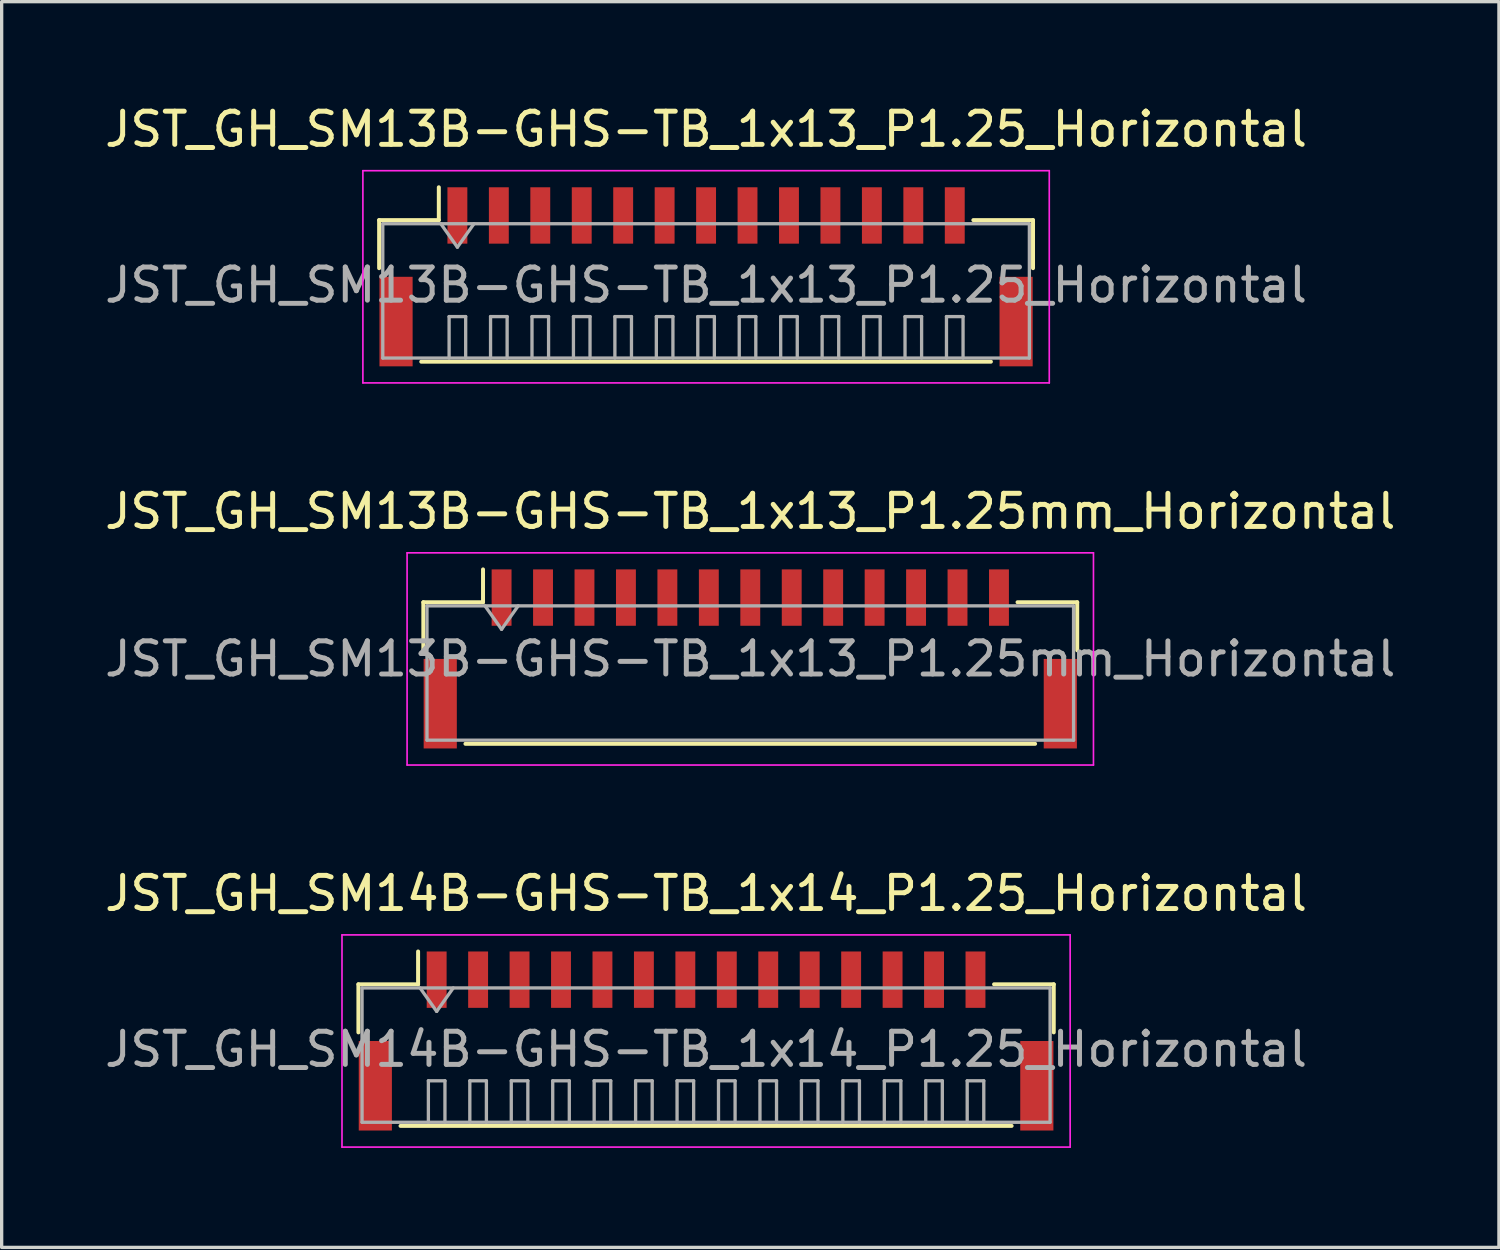
<source format=kicad_pcb>
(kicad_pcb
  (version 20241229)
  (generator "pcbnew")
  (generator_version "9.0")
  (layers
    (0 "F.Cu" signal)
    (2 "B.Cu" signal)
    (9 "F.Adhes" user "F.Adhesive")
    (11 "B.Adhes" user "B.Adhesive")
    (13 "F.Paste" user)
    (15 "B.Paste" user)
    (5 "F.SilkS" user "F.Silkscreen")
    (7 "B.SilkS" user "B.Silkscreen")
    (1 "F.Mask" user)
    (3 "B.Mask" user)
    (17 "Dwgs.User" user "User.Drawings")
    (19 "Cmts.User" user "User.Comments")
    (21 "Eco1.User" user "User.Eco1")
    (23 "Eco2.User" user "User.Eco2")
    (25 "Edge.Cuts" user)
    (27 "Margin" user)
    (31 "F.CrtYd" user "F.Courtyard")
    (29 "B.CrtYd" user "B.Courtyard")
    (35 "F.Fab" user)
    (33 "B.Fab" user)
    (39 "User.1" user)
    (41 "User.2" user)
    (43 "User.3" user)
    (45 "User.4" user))
  (footprint "JST_GH_SM13B-GHS-TB_1x13_P1.25_Horizontal"
    (layer "F.Cu")
    (at 18.244 5.048)
    (property "Reference" "JST_GH_SM13B-GHS-TB_1x13_P1.25_Horizontal" (at 0 -4.2 0) (layer "F.SilkS") (effects (font (size 1 1) (thickness 0.15))))
    (attr smd)
    (fp_line (start -9.86 -1.46) (end -8.06 -1.46) (stroke (width 0.12) (type solid)) (layer "F.SilkS"))
    (fp_line (start -9.86 -0.01) (end -9.86 -1.46) (stroke (width 0.12) (type solid)) (layer "F.SilkS"))
    (fp_line (start -8.59 2.81) (end 8.59 2.81) (stroke (width 0.12) (type solid)) (layer "F.SilkS"))
    (fp_line (start -8.06 -1.46) (end -8.06 -2.45) (stroke (width 0.12) (type solid)) (layer "F.SilkS"))
    (fp_line (start 9.86 -1.46) (end 8.06 -1.46) (stroke (width 0.12) (type solid)) (layer "F.SilkS"))
    (fp_line (start 9.86 -0.01) (end 9.86 -1.46) (stroke (width 0.12) (type solid)) (layer "F.SilkS"))
    (fp_line (start -10.35 -2.95) (end -10.35 3.45) (stroke (width 0.05) (type solid)) (layer "F.CrtYd"))
    (fp_line (start -10.35 3.45) (end 10.35 3.45) (stroke (width 0.05) (type solid)) (layer "F.CrtYd"))
    (fp_line (start 10.35 -2.95) (end -10.35 -2.95) (stroke (width 0.05) (type solid)) (layer "F.CrtYd"))
    (fp_line (start 10.35 3.45) (end 10.35 -2.95) (stroke (width 0.05) (type solid)) (layer "F.CrtYd"))
    (fp_line (start -9.75 -1.35) (end -9.75 2.7) (stroke (width 0.1) (type solid)) (layer "F.Fab"))
    (fp_line (start -9.75 2.7) (end 9.75 2.7) (stroke (width 0.1) (type solid)) (layer "F.Fab"))
    (fp_line (start -8 -1.35) (end -7.5 -0.643) (stroke (width 0.1) (type solid)) (layer "F.Fab"))
    (fp_line (start -7.75 1.45) (end -7.25 1.45) (stroke (width 0.1) (type solid)) (layer "F.Fab"))
    (fp_line (start -7.75 2.7) (end -7.75 1.45) (stroke (width 0.1) (type solid)) (layer "F.Fab"))
    (fp_line (start -7.5 -0.643) (end -7 -1.35) (stroke (width 0.1) (type solid)) (layer "F.Fab"))
    (fp_line (start -7.25 1.45) (end -7.25 2.7) (stroke (width 0.1) (type solid)) (layer "F.Fab"))
    (fp_line (start -6.5 1.45) (end -6 1.45) (stroke (width 0.1) (type solid)) (layer "F.Fab"))
    (fp_line (start -6.5 2.7) (end -6.5 1.45) (stroke (width 0.1) (type solid)) (layer "F.Fab"))
    (fp_line (start -6 1.45) (end -6 2.7) (stroke (width 0.1) (type solid)) (layer "F.Fab"))
    (fp_line (start -5.25 1.45) (end -4.75 1.45) (stroke (width 0.1) (type solid)) (layer "F.Fab"))
    (fp_line (start -5.25 2.7) (end -5.25 1.45) (stroke (width 0.1) (type solid)) (layer "F.Fab"))
    (fp_line (start -4.75 1.45) (end -4.75 2.7) (stroke (width 0.1) (type solid)) (layer "F.Fab"))
    (fp_line (start -4 1.45) (end -3.5 1.45) (stroke (width 0.1) (type solid)) (layer "F.Fab"))
    (fp_line (start -4 2.7) (end -4 1.45) (stroke (width 0.1) (type solid)) (layer "F.Fab"))
    (fp_line (start -3.5 1.45) (end -3.5 2.7) (stroke (width 0.1) (type solid)) (layer "F.Fab"))
    (fp_line (start -2.75 1.45) (end -2.25 1.45) (stroke (width 0.1) (type solid)) (layer "F.Fab"))
    (fp_line (start -2.75 2.7) (end -2.75 1.45) (stroke (width 0.1) (type solid)) (layer "F.Fab"))
    (fp_line (start -2.25 1.45) (end -2.25 2.7) (stroke (width 0.1) (type solid)) (layer "F.Fab"))
    (fp_line (start -1.5 1.45) (end -1 1.45) (stroke (width 0.1) (type solid)) (layer "F.Fab"))
    (fp_line (start -1.5 2.7) (end -1.5 1.45) (stroke (width 0.1) (type solid)) (layer "F.Fab"))
    (fp_line (start -1 1.45) (end -1 2.7) (stroke (width 0.1) (type solid)) (layer "F.Fab"))
    (fp_line (start -0.25 1.45) (end 0.25 1.45) (stroke (width 0.1) (type solid)) (layer "F.Fab"))
    (fp_line (start -0.25 2.7) (end -0.25 1.45) (stroke (width 0.1) (type solid)) (layer "F.Fab"))
    (fp_line (start 0.25 1.45) (end 0.25 2.7) (stroke (width 0.1) (type solid)) (layer "F.Fab"))
    (fp_line (start 1 1.45) (end 1.5 1.45) (stroke (width 0.1) (type solid)) (layer "F.Fab"))
    (fp_line (start 1 2.7) (end 1 1.45) (stroke (width 0.1) (type solid)) (layer "F.Fab"))
    (fp_line (start 1.5 1.45) (end 1.5 2.7) (stroke (width 0.1) (type solid)) (layer "F.Fab"))
    (fp_line (start 2.25 1.45) (end 2.75 1.45) (stroke (width 0.1) (type solid)) (layer "F.Fab"))
    (fp_line (start 2.25 2.7) (end 2.25 1.45) (stroke (width 0.1) (type solid)) (layer "F.Fab"))
    (fp_line (start 2.75 1.45) (end 2.75 2.7) (stroke (width 0.1) (type solid)) (layer "F.Fab"))
    (fp_line (start 3.5 1.45) (end 4 1.45) (stroke (width 0.1) (type solid)) (layer "F.Fab"))
    (fp_line (start 3.5 2.7) (end 3.5 1.45) (stroke (width 0.1) (type solid)) (layer "F.Fab"))
    (fp_line (start 4 1.45) (end 4 2.7) (stroke (width 0.1) (type solid)) (layer "F.Fab"))
    (fp_line (start 4.75 1.45) (end 5.25 1.45) (stroke (width 0.1) (type solid)) (layer "F.Fab"))
    (fp_line (start 4.75 2.7) (end 4.75 1.45) (stroke (width 0.1) (type solid)) (layer "F.Fab"))
    (fp_line (start 5.25 1.45) (end 5.25 2.7) (stroke (width 0.1) (type solid)) (layer "F.Fab"))
    (fp_line (start 6 1.45) (end 6.5 1.45) (stroke (width 0.1) (type solid)) (layer "F.Fab"))
    (fp_line (start 6 2.7) (end 6 1.45) (stroke (width 0.1) (type solid)) (layer "F.Fab"))
    (fp_line (start 6.5 1.45) (end 6.5 2.7) (stroke (width 0.1) (type solid)) (layer "F.Fab"))
    (fp_line (start 7.25 1.45) (end 7.75 1.45) (stroke (width 0.1) (type solid)) (layer "F.Fab"))
    (fp_line (start 7.25 2.7) (end 7.25 1.45) (stroke (width 0.1) (type solid)) (layer "F.Fab"))
    (fp_line (start 7.75 1.45) (end 7.75 2.7) (stroke (width 0.1) (type solid)) (layer "F.Fab"))
    (fp_line (start 9.75 -1.35) (end -9.75 -1.35) (stroke (width 0.1) (type solid)) (layer "F.Fab"))
    (fp_line (start 9.75 2.7) (end 9.75 -1.35) (stroke (width 0.1) (type solid)) (layer "F.Fab"))
    (fp_text user "${REFERENCE}" (at 0 0.5 0) (layer "F.Fab") (effects (font (size 1 1) (thickness 0.15))))
    (pad "" smd rect (at -9.35 1.6) (size 1 2.7) (layers "F.Cu" "F.Mask" "F.Paste"))
    (pad "" smd rect (at 9.35 1.6) (size 1 2.7) (layers "F.Cu" "F.Mask" "F.Paste"))
    (pad "1" smd rect (at -7.5 -1.6) (size 0.6 1.7) (layers "F.Cu" "F.Mask" "F.Paste"))
    (pad "2" smd rect (at -6.25 -1.6) (size 0.6 1.7) (layers "F.Cu" "F.Mask" "F.Paste"))
    (pad "3" smd rect (at -5 -1.6) (size 0.6 1.7) (layers "F.Cu" "F.Mask" "F.Paste"))
    (pad "4" smd rect (at -3.75 -1.6) (size 0.6 1.7) (layers "F.Cu" "F.Mask" "F.Paste"))
    (pad "5" smd rect (at -2.5 -1.6) (size 0.6 1.7) (layers "F.Cu" "F.Mask" "F.Paste"))
    (pad "6" smd rect (at -1.25 -1.6) (size 0.6 1.7) (layers "F.Cu" "F.Mask" "F.Paste"))
    (pad "7" smd rect (at 0 -1.6) (size 0.6 1.7) (layers "F.Cu" "F.Mask" "F.Paste"))
    (pad "8" smd rect (at 1.25 -1.6) (size 0.6 1.7) (layers "F.Cu" "F.Mask" "F.Paste"))
    (pad "9" smd rect (at 2.5 -1.6) (size 0.6 1.7) (layers "F.Cu" "F.Mask" "F.Paste"))
    (pad "10" smd rect (at 3.75 -1.6) (size 0.6 1.7) (layers "F.Cu" "F.Mask" "F.Paste"))
    (pad "11" smd rect (at 5 -1.6) (size 0.6 1.7) (layers "F.Cu" "F.Mask" "F.Paste"))
    (pad "12" smd rect (at 6.25 -1.6) (size 0.6 1.7) (layers "F.Cu" "F.Mask" "F.Paste"))
    (pad "13" smd rect (at 7.5 -1.6) (size 0.6 1.7) (layers "F.Cu" "F.Mask" "F.Paste")))
  (footprint "JST_GH_SM13B-GHS-TB_1x13_P1.25mm_Horizontal"
    (layer "F.Cu")
    (at 19.577 16.822)
    (property "Reference" "JST_GH_SM13B-GHS-TB_1x13_P1.25mm_Horizontal" (at 0 -4.45 0) (layer "F.SilkS") (effects (font (size 1 1) (thickness 0.15))))
    (attr smd)
    (fp_line (start -9.86 -1.71) (end -8.06 -1.71) (stroke (width 0.12) (type solid)) (layer "F.SilkS"))
    (fp_line (start -9.86 -0.26) (end -9.86 -1.71) (stroke (width 0.12) (type solid)) (layer "F.SilkS"))
    (fp_line (start -8.59 2.56) (end 8.59 2.56) (stroke (width 0.12) (type solid)) (layer "F.SilkS"))
    (fp_line (start -8.06 -1.71) (end -8.06 -2.7) (stroke (width 0.12) (type solid)) (layer "F.SilkS"))
    (fp_line (start 9.86 -1.71) (end 8.06 -1.71) (stroke (width 0.12) (type solid)) (layer "F.SilkS"))
    (fp_line (start 9.86 -0.26) (end 9.86 -1.71) (stroke (width 0.12) (type solid)) (layer "F.SilkS"))
    (fp_line (start -10.35 -3.2) (end -10.35 3.2) (stroke (width 0.05) (type solid)) (layer "F.CrtYd"))
    (fp_line (start -10.35 3.2) (end 10.35 3.2) (stroke (width 0.05) (type solid)) (layer "F.CrtYd"))
    (fp_line (start 10.35 -3.2) (end -10.35 -3.2) (stroke (width 0.05) (type solid)) (layer "F.CrtYd"))
    (fp_line (start 10.35 3.2) (end 10.35 -3.2) (stroke (width 0.05) (type solid)) (layer "F.CrtYd"))
    (fp_line (start -9.75 -1.6) (end -9.75 2.45) (stroke (width 0.1) (type solid)) (layer "F.Fab"))
    (fp_line (start -9.75 -1.6) (end 9.75 -1.6) (stroke (width 0.1) (type solid)) (layer "F.Fab"))
    (fp_line (start -9.75 2.45) (end 9.75 2.45) (stroke (width 0.1) (type solid)) (layer "F.Fab"))
    (fp_line (start -8 -1.6) (end -7.5 -0.893) (stroke (width 0.1) (type solid)) (layer "F.Fab"))
    (fp_line (start -7.5 -0.893) (end -7 -1.6) (stroke (width 0.1) (type solid)) (layer "F.Fab"))
    (fp_line (start 9.75 -1.6) (end 9.75 2.45) (stroke (width 0.1) (type solid)) (layer "F.Fab"))
    (fp_text user "${REFERENCE}" (at 0 0 0) (layer "F.Fab") (effects (font (size 1 1) (thickness 0.15))))
    (pad "" smd rect (at -9.35 1.35) (size 1 2.7) (layers "F.Cu" "F.Mask" "F.Paste"))
    (pad "" smd rect (at 9.35 1.35) (size 1 2.7) (layers "F.Cu" "F.Mask" "F.Paste"))
    (pad "1" smd rect (at -7.5 -1.85) (size 0.6 1.7) (layers "F.Cu" "F.Mask" "F.Paste"))
    (pad "2" smd rect (at -6.25 -1.85) (size 0.6 1.7) (layers "F.Cu" "F.Mask" "F.Paste"))
    (pad "3" smd rect (at -5 -1.85) (size 0.6 1.7) (layers "F.Cu" "F.Mask" "F.Paste"))
    (pad "4" smd rect (at -3.75 -1.85) (size 0.6 1.7) (layers "F.Cu" "F.Mask" "F.Paste"))
    (pad "5" smd rect (at -2.5 -1.85) (size 0.6 1.7) (layers "F.Cu" "F.Mask" "F.Paste"))
    (pad "6" smd rect (at -1.25 -1.85) (size 0.6 1.7) (layers "F.Cu" "F.Mask" "F.Paste"))
    (pad "7" smd rect (at 0 -1.85) (size 0.6 1.7) (layers "F.Cu" "F.Mask" "F.Paste"))
    (pad "8" smd rect (at 1.25 -1.85) (size 0.6 1.7) (layers "F.Cu" "F.Mask" "F.Paste"))
    (pad "9" smd rect (at 2.5 -1.85) (size 0.6 1.7) (layers "F.Cu" "F.Mask" "F.Paste"))
    (pad "10" smd rect (at 3.75 -1.85) (size 0.6 1.7) (layers "F.Cu" "F.Mask" "F.Paste"))
    (pad "11" smd rect (at 5 -1.85) (size 0.6 1.7) (layers "F.Cu" "F.Mask" "F.Paste"))
    (pad "12" smd rect (at 6.25 -1.85) (size 0.6 1.7) (layers "F.Cu" "F.Mask" "F.Paste"))
    (pad "13" smd rect (at 7.5 -1.85) (size 0.6 1.7) (layers "F.Cu" "F.Mask" "F.Paste")))
  (footprint "JST_GH_SM14B-GHS-TB_1x14_P1.25_Horizontal"
    (layer "F.Cu")
    (at 18.244 28.095)
    (property "Reference" "JST_GH_SM14B-GHS-TB_1x14_P1.25_Horizontal" (at 0 -4.2 0) (layer "F.SilkS") (effects (font (size 1 1) (thickness 0.15))))
    (attr smd)
    (fp_line (start -10.485 -1.46) (end -8.685 -1.46) (stroke (width 0.12) (type solid)) (layer "F.SilkS"))
    (fp_line (start -10.485 -0.01) (end -10.485 -1.46) (stroke (width 0.12) (type solid)) (layer "F.SilkS"))
    (fp_line (start -9.215 2.81) (end 9.215 2.81) (stroke (width 0.12) (type solid)) (layer "F.SilkS"))
    (fp_line (start -8.685 -1.46) (end -8.685 -2.45) (stroke (width 0.12) (type solid)) (layer "F.SilkS"))
    (fp_line (start 10.485 -1.46) (end 8.685 -1.46) (stroke (width 0.12) (type solid)) (layer "F.SilkS"))
    (fp_line (start 10.485 -0.01) (end 10.485 -1.46) (stroke (width 0.12) (type solid)) (layer "F.SilkS"))
    (fp_line (start -10.98 -2.95) (end -10.98 3.45) (stroke (width 0.05) (type solid)) (layer "F.CrtYd"))
    (fp_line (start -10.98 3.45) (end 10.98 3.45) (stroke (width 0.05) (type solid)) (layer "F.CrtYd"))
    (fp_line (start 10.98 -2.95) (end -10.98 -2.95) (stroke (width 0.05) (type solid)) (layer "F.CrtYd"))
    (fp_line (start 10.98 3.45) (end 10.98 -2.95) (stroke (width 0.05) (type solid)) (layer "F.CrtYd"))
    (fp_line (start -10.375 -1.35) (end -10.375 2.7) (stroke (width 0.1) (type solid)) (layer "F.Fab"))
    (fp_line (start -10.375 2.7) (end 10.375 2.7) (stroke (width 0.1) (type solid)) (layer "F.Fab"))
    (fp_line (start -8.625 -1.35) (end -8.125 -0.643) (stroke (width 0.1) (type solid)) (layer "F.Fab"))
    (fp_line (start -8.375 1.45) (end -7.875 1.45) (stroke (width 0.1) (type solid)) (layer "F.Fab"))
    (fp_line (start -8.375 2.7) (end -8.375 1.45) (stroke (width 0.1) (type solid)) (layer "F.Fab"))
    (fp_line (start -8.125 -0.643) (end -7.625 -1.35) (stroke (width 0.1) (type solid)) (layer "F.Fab"))
    (fp_line (start -7.875 1.45) (end -7.875 2.7) (stroke (width 0.1) (type solid)) (layer "F.Fab"))
    (fp_line (start -7.125 1.45) (end -6.625 1.45) (stroke (width 0.1) (type solid)) (layer "F.Fab"))
    (fp_line (start -7.125 2.7) (end -7.125 1.45) (stroke (width 0.1) (type solid)) (layer "F.Fab"))
    (fp_line (start -6.625 1.45) (end -6.625 2.7) (stroke (width 0.1) (type solid)) (layer "F.Fab"))
    (fp_line (start -5.875 1.45) (end -5.375 1.45) (stroke (width 0.1) (type solid)) (layer "F.Fab"))
    (fp_line (start -5.875 2.7) (end -5.875 1.45) (stroke (width 0.1) (type solid)) (layer "F.Fab"))
    (fp_line (start -5.375 1.45) (end -5.375 2.7) (stroke (width 0.1) (type solid)) (layer "F.Fab"))
    (fp_line (start -4.625 1.45) (end -4.125 1.45) (stroke (width 0.1) (type solid)) (layer "F.Fab"))
    (fp_line (start -4.625 2.7) (end -4.625 1.45) (stroke (width 0.1) (type solid)) (layer "F.Fab"))
    (fp_line (start -4.125 1.45) (end -4.125 2.7) (stroke (width 0.1) (type solid)) (layer "F.Fab"))
    (fp_line (start -3.375 1.45) (end -2.875 1.45) (stroke (width 0.1) (type solid)) (layer "F.Fab"))
    (fp_line (start -3.375 2.7) (end -3.375 1.45) (stroke (width 0.1) (type solid)) (layer "F.Fab"))
    (fp_line (start -2.875 1.45) (end -2.875 2.7) (stroke (width 0.1) (type solid)) (layer "F.Fab"))
    (fp_line (start -2.125 1.45) (end -1.625 1.45) (stroke (width 0.1) (type solid)) (layer "F.Fab"))
    (fp_line (start -2.125 2.7) (end -2.125 1.45) (stroke (width 0.1) (type solid)) (layer "F.Fab"))
    (fp_line (start -1.625 1.45) (end -1.625 2.7) (stroke (width 0.1) (type solid)) (layer "F.Fab"))
    (fp_line (start -0.875 1.45) (end -0.375 1.45) (stroke (width 0.1) (type solid)) (layer "F.Fab"))
    (fp_line (start -0.875 2.7) (end -0.875 1.45) (stroke (width 0.1) (type solid)) (layer "F.Fab"))
    (fp_line (start -0.375 1.45) (end -0.375 2.7) (stroke (width 0.1) (type solid)) (layer "F.Fab"))
    (fp_line (start 0.375 1.45) (end 0.875 1.45) (stroke (width 0.1) (type solid)) (layer "F.Fab"))
    (fp_line (start 0.375 2.7) (end 0.375 1.45) (stroke (width 0.1) (type solid)) (layer "F.Fab"))
    (fp_line (start 0.875 1.45) (end 0.875 2.7) (stroke (width 0.1) (type solid)) (layer "F.Fab"))
    (fp_line (start 1.625 1.45) (end 2.125 1.45) (stroke (width 0.1) (type solid)) (layer "F.Fab"))
    (fp_line (start 1.625 2.7) (end 1.625 1.45) (stroke (width 0.1) (type solid)) (layer "F.Fab"))
    (fp_line (start 2.125 1.45) (end 2.125 2.7) (stroke (width 0.1) (type solid)) (layer "F.Fab"))
    (fp_line (start 2.875 1.45) (end 3.375 1.45) (stroke (width 0.1) (type solid)) (layer "F.Fab"))
    (fp_line (start 2.875 2.7) (end 2.875 1.45) (stroke (width 0.1) (type solid)) (layer "F.Fab"))
    (fp_line (start 3.375 1.45) (end 3.375 2.7) (stroke (width 0.1) (type solid)) (layer "F.Fab"))
    (fp_line (start 4.125 1.45) (end 4.625 1.45) (stroke (width 0.1) (type solid)) (layer "F.Fab"))
    (fp_line (start 4.125 2.7) (end 4.125 1.45) (stroke (width 0.1) (type solid)) (layer "F.Fab"))
    (fp_line (start 4.625 1.45) (end 4.625 2.7) (stroke (width 0.1) (type solid)) (layer "F.Fab"))
    (fp_line (start 5.375 1.45) (end 5.875 1.45) (stroke (width 0.1) (type solid)) (layer "F.Fab"))
    (fp_line (start 5.375 2.7) (end 5.375 1.45) (stroke (width 0.1) (type solid)) (layer "F.Fab"))
    (fp_line (start 5.875 1.45) (end 5.875 2.7) (stroke (width 0.1) (type solid)) (layer "F.Fab"))
    (fp_line (start 6.625 1.45) (end 7.125 1.45) (stroke (width 0.1) (type solid)) (layer "F.Fab"))
    (fp_line (start 6.625 2.7) (end 6.625 1.45) (stroke (width 0.1) (type solid)) (layer "F.Fab"))
    (fp_line (start 7.125 1.45) (end 7.125 2.7) (stroke (width 0.1) (type solid)) (layer "F.Fab"))
    (fp_line (start 7.875 1.45) (end 8.375 1.45) (stroke (width 0.1) (type solid)) (layer "F.Fab"))
    (fp_line (start 7.875 2.7) (end 7.875 1.45) (stroke (width 0.1) (type solid)) (layer "F.Fab"))
    (fp_line (start 8.375 1.45) (end 8.375 2.7) (stroke (width 0.1) (type solid)) (layer "F.Fab"))
    (fp_line (start 10.375 -1.35) (end -10.375 -1.35) (stroke (width 0.1) (type solid)) (layer "F.Fab"))
    (fp_line (start 10.375 2.7) (end 10.375 -1.35) (stroke (width 0.1) (type solid)) (layer "F.Fab"))
    (fp_text user "${REFERENCE}" (at 0 0.5 0) (layer "F.Fab") (effects (font (size 1 1) (thickness 0.15))))
    (pad "" smd rect (at -9.975 1.6) (size 1 2.7) (layers "F.Cu" "F.Mask" "F.Paste"))
    (pad "" smd rect (at 9.975 1.6) (size 1 2.7) (layers "F.Cu" "F.Mask" "F.Paste"))
    (pad "1" smd rect (at -8.125 -1.6) (size 0.6 1.7) (layers "F.Cu" "F.Mask" "F.Paste"))
    (pad "2" smd rect (at -6.875 -1.6) (size 0.6 1.7) (layers "F.Cu" "F.Mask" "F.Paste"))
    (pad "3" smd rect (at -5.625 -1.6) (size 0.6 1.7) (layers "F.Cu" "F.Mask" "F.Paste"))
    (pad "4" smd rect (at -4.375 -1.6) (size 0.6 1.7) (layers "F.Cu" "F.Mask" "F.Paste"))
    (pad "5" smd rect (at -3.125 -1.6) (size 0.6 1.7) (layers "F.Cu" "F.Mask" "F.Paste"))
    (pad "6" smd rect (at -1.875 -1.6) (size 0.6 1.7) (layers "F.Cu" "F.Mask" "F.Paste"))
    (pad "7" smd rect (at -0.625 -1.6) (size 0.6 1.7) (layers "F.Cu" "F.Mask" "F.Paste"))
    (pad "8" smd rect (at 0.625 -1.6) (size 0.6 1.7) (layers "F.Cu" "F.Mask" "F.Paste"))
    (pad "9" smd rect (at 1.875 -1.6) (size 0.6 1.7) (layers "F.Cu" "F.Mask" "F.Paste"))
    (pad "10" smd rect (at 3.125 -1.6) (size 0.6 1.7) (layers "F.Cu" "F.Mask" "F.Paste"))
    (pad "11" smd rect (at 4.375 -1.6) (size 0.6 1.7) (layers "F.Cu" "F.Mask" "F.Paste"))
    (pad "12" smd rect (at 5.625 -1.6) (size 0.6 1.7) (layers "F.Cu" "F.Mask" "F.Paste"))
    (pad "13" smd rect (at 6.875 -1.6) (size 0.6 1.7) (layers "F.Cu" "F.Mask" "F.Paste"))
    (pad "14" smd rect (at 8.125 -1.6) (size 0.6 1.7) (layers "F.Cu" "F.Mask" "F.Paste")))
  (gr_rect
    (start -3 -3)
    (end 42.155 34.57)
    (stroke (width 0.1) (type default))
    (fill no)
    (layer "Edge.Cuts")))
</source>
